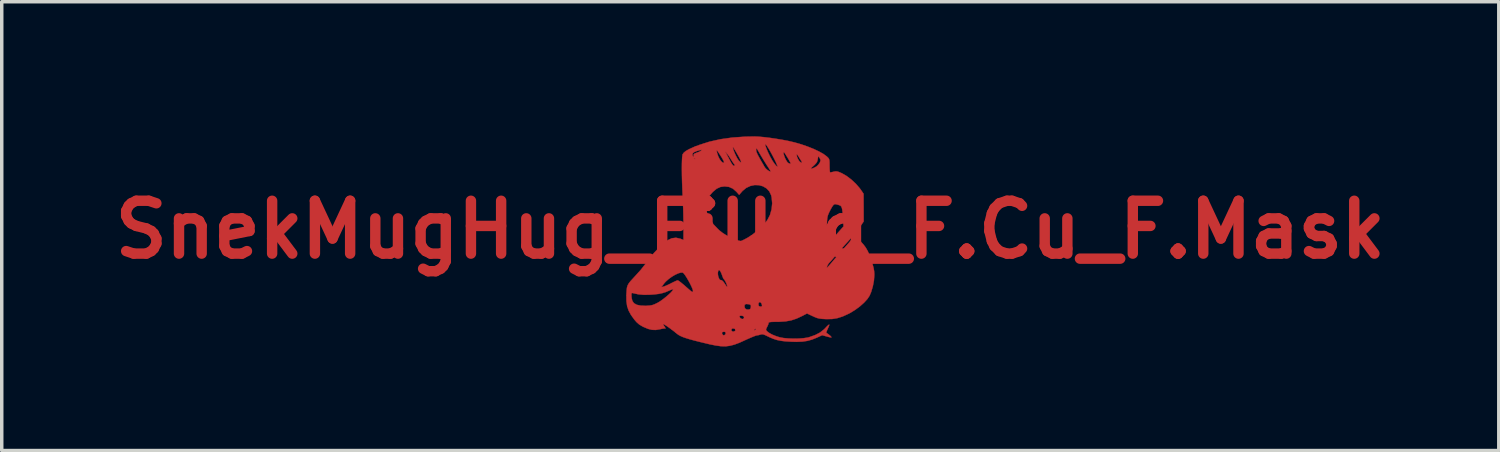
<source format=kicad_pcb>
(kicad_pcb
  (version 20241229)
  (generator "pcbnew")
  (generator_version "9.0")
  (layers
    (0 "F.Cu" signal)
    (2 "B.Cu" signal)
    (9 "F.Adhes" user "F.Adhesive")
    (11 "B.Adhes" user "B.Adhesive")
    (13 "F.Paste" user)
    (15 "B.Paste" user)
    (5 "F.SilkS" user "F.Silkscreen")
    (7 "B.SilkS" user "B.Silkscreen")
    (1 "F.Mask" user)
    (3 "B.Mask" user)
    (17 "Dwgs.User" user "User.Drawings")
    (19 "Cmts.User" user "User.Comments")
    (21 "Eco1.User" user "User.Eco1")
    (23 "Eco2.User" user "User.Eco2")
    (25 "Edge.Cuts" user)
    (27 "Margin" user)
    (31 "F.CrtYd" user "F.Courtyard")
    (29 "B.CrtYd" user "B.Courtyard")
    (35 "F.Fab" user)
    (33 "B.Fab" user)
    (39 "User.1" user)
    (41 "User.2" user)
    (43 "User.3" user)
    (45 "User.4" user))
  (footprint "SnekMugHug_Filled_F.Cu_F.Mask"
    (layer "F.Cu")
    (at 18.586 3.574)
    (property "Reference" "SnekMugHug_Filled_F.Cu_F.Mask" (at 0 0 0) (layer "F.Cu") (effects (font (size 1.524 1.524) (thickness 0.3))))
    (attr through_hole)
    (fp_poly (pts (xy 0.245 -2.683) (xy 0.395 -2.669) (xy 0.57 -2.648) (xy 0.759 -2.62) (xy 0.954 -2.587) (xy 1.094 -2.56) (xy 1.281 -2.516) (xy 1.471 -2.461) (xy 1.656 -2.397) (xy 1.829 -2.328) (xy 1.983 -2.255) (xy 2.111 -2.183) (xy 2.205 -2.113) (xy 2.214 -2.105) (xy 2.248 -2.072) (xy 2.269 -2.042) (xy 2.28 -2.005) (xy 2.285 -1.95) (xy 2.286 -1.866) (xy 2.286 -1.844) (xy 2.288 -1.76) (xy 2.292 -1.694) (xy 2.298 -1.657) (xy 2.302 -1.652) (xy 2.331 -1.656) (xy 2.384 -1.667) (xy 2.408 -1.673) (xy 2.458 -1.682) (xy 2.502 -1.68) (xy 2.554 -1.665) (xy 2.625 -1.635) (xy 2.652 -1.622) (xy 2.781 -1.547) (xy 2.916 -1.444) (xy 3.045 -1.324) (xy 3.155 -1.197) (xy 3.186 -1.155) (xy 3.267 -1.036) (xy 3.269 -0.637) (xy 3.27 -0.238) (xy 3.148 -0.061) (xy 3.086 0.023) (xy 3.005 0.124) (xy 2.914 0.232) (xy 2.822 0.334) (xy 2.809 0.349) (xy 2.718 0.448) (xy 2.625 0.552) (xy 2.54 0.65) (xy 2.472 0.73) (xy 2.462 0.742) (xy 2.402 0.814) (xy 2.349 0.876) (xy 2.31 0.919) (xy 2.298 0.931) (xy 2.266 0.966) (xy 2.235 1.014) (xy 2.213 1.06) (xy 2.207 1.091) (xy 2.208 1.094) (xy 2.225 1.083) (xy 2.262 1.045) (xy 2.313 0.987) (xy 2.353 0.94) (xy 2.42 0.86) (xy 2.505 0.762) (xy 2.597 0.656) (xy 2.686 0.555) (xy 2.692 0.548) (xy 2.769 0.462) (xy 2.838 0.383) (xy 2.892 0.317) (xy 2.927 0.274) (xy 2.933 0.266) (xy 2.972 0.224) (xy 3.017 0.214) (xy 3.072 0.238) (xy 3.143 0.297) (xy 3.179 0.333) (xy 3.264 0.428) (xy 3.33 0.516) (xy 3.385 0.611) (xy 3.435 0.723) (xy 3.485 0.863) (xy 3.494 0.892) (xy 3.532 1.014) (xy 3.557 1.109) (xy 3.571 1.19) (xy 3.577 1.27) (xy 3.577 1.309) (xy 3.566 1.466) (xy 3.534 1.633) (xy 3.487 1.793) (xy 3.44 1.904) (xy 3.376 2) (xy 3.281 2.104) (xy 3.162 2.21) (xy 3.027 2.31) (xy 2.885 2.398) (xy 2.835 2.424) (xy 2.666 2.501) (xy 2.512 2.55) (xy 2.36 2.575) (xy 2.195 2.578) (xy 2.174 2.577) (xy 2.068 2.571) (xy 1.99 2.561) (xy 1.924 2.545) (xy 1.854 2.517) (xy 1.797 2.491) (xy 1.636 2.415) (xy 1.501 2.486) (xy 1.336 2.563) (xy 1.178 2.615) (xy 1.013 2.644) (xy 0.825 2.656) (xy 0.788 2.656) (xy 0.678 2.657) (xy 0.603 2.66) (xy 0.558 2.666) (xy 0.535 2.675) (xy 0.529 2.688) (xy 0.52 2.726) (xy 0.496 2.782) (xy 0.486 2.802) (xy 0.46 2.854) (xy 0.454 2.885) (xy 0.467 2.91) (xy 0.48 2.926) (xy 0.541 2.974) (xy 0.631 3.024) (xy 0.741 3.069) (xy 0.852 3.104) (xy 0.962 3.124) (xy 1.098 3.136) (xy 1.248 3.141) (xy 1.399 3.139) (xy 1.538 3.128) (xy 1.654 3.111) (xy 1.693 3.101) (xy 1.869 3.039) (xy 2.01 2.966) (xy 2.125 2.876) (xy 2.165 2.836) (xy 2.215 2.782) (xy 2.255 2.747) (xy 2.276 2.735) (xy 2.277 2.736) (xy 2.275 2.759) (xy 2.256 2.808) (xy 2.232 2.86) (xy 2.2 2.933) (xy 2.193 2.973) (xy 2.2 2.98) (xy 2.232 2.999) (xy 2.274 3.031) (xy 2.314 3.066) (xy 2.339 3.095) (xy 2.342 3.105) (xy 2.318 3.105) (xy 2.266 3.095) (xy 2.203 3.078) (xy 2.073 3.042) (xy 1.928 3.109) (xy 1.788 3.166) (xy 1.65 3.205) (xy 1.504 3.227) (xy 1.337 3.234) (xy 1.185 3.23) (xy 1.02 3.22) (xy 0.885 3.204) (xy 0.769 3.18) (xy 0.66 3.145) (xy 0.547 3.096) (xy 0.512 3.079) (xy 0.432 3.041) (xy 0.378 3.02) (xy 0.338 3.015) (xy 0.301 3.022) (xy 0.292 3.025) (xy 0.233 3.041) (xy 0.185 3.048) (xy 0.152 3.057) (xy 0.089 3.081) (xy 0.003 3.117) (xy -0.097 3.161) (xy -0.145 3.183) (xy -0.313 3.259) (xy -0.457 3.313) (xy -0.587 3.347) (xy -0.712 3.363) (xy -0.843 3.36) (xy -0.991 3.34) (xy -1.165 3.305) (xy -1.228 3.29) (xy -1.436 3.24) (xy -1.607 3.197) (xy -1.746 3.159) (xy -1.858 3.125) (xy -1.946 3.094) (xy -2.016 3.063) (xy -2.071 3.032) (xy -2.118 2.998) (xy -2.127 2.99) (xy -2.159 2.964) (xy -0.815 2.964) (xy -0.814 2.996) (xy -0.793 3.03) (xy -0.763 3.048) (xy -0.762 3.048) (xy -0.737 3.034) (xy -0.72 3.017) (xy -0.706 2.977) (xy -0.727 2.949) (xy -0.762 2.942) (xy -0.802 2.953) (xy -0.815 2.964) (xy -2.159 2.964) (xy -2.202 2.929) (xy -2.273 2.875) (xy -0.546 2.875) (xy -0.543 2.91) (xy -0.515 2.935) (xy -0.473 2.937) (xy -0.438 2.917) (xy -0.428 2.897) (xy -0.435 2.879) (xy 0.116 2.879) (xy 0.117 2.898) (xy 0.125 2.9) (xy 0.154 2.884) (xy 0.159 2.879) (xy 0.158 2.859) (xy 0.151 2.857) (xy 0.121 2.873) (xy 0.116 2.879) (xy -0.435 2.879) (xy -0.44 2.865) (xy -0.47 2.85) (xy -0.521 2.849) (xy -0.546 2.875) (xy -2.273 2.875) (xy -2.281 2.869) (xy -2.357 2.814) (xy -2.424 2.768) (xy -2.477 2.736) (xy -2.51 2.72) (xy -2.518 2.725) (xy -2.514 2.732) (xy -2.47 2.797) (xy -2.446 2.838) (xy -2.446 2.852) (xy -2.451 2.85) (xy -2.481 2.848) (xy -2.539 2.856) (xy -2.612 2.872) (xy -2.613 2.872) (xy -2.727 2.891) (xy -2.835 2.887) (xy -2.949 2.859) (xy -3.079 2.804) (xy -3.107 2.79) (xy -3.203 2.733) (xy -3.282 2.663) (xy -3.343 2.592) (xy -3.407 2.503) (xy -0.315 2.503) (xy -0.291 2.542) (xy -0.283 2.55) (xy -0.239 2.576) (xy -0.201 2.571) (xy -0.181 2.538) (xy -0.18 2.529) (xy -0.191 2.498) (xy -0.231 2.483) (xy -0.249 2.48) (xy -0.301 2.483) (xy -0.315 2.503) (xy -3.407 2.503) (xy -3.441 2.456) (xy -3.51 2.329) (xy -3.549 2.209) (xy -0.169 2.209) (xy -0.153 2.269) (xy -0.107 2.3) (xy -0.053 2.303) (xy -0.008 2.292) (xy 0.012 2.262) (xy 0.017 2.229) (xy 0.017 2.183) (xy -0.001 2.16) (xy -0.005 2.159) (xy 0.234 2.159) (xy 0.246 2.198) (xy 0.259 2.208) (xy 0.312 2.22) (xy 0.337 2.202) (xy 0.339 2.189) (xy 0.328 2.137) (xy 0.301 2.098) (xy 0.269 2.087) (xy 0.264 2.088) (xy 0.24 2.116) (xy 0.234 2.159) (xy -0.005 2.159) (xy -0.05 2.148) (xy -0.119 2.142) (xy -0.157 2.159) (xy -0.169 2.203) (xy -0.169 2.209) (xy -3.549 2.209) (xy -3.552 2.2) (xy -3.572 2.056) (xy -3.573 1.888) (xy -3.428 1.888) (xy -3.428 1.897) (xy -3.42 1.974) (xy -3.402 2.049) (xy -3.401 2.052) (xy -3.356 2.118) (xy -3.275 2.165) (xy -3.158 2.191) (xy -3.006 2.196) (xy -2.995 2.195) (xy -2.902 2.189) (xy -2.831 2.176) (xy -2.761 2.151) (xy -2.676 2.11) (xy -2.667 2.105) (xy -2.597 2.063) (xy -2.518 2.006) (xy -2.435 1.941) (xy -2.357 1.874) (xy -2.291 1.812) (xy -2.244 1.76) (xy -2.223 1.724) (xy -2.223 1.721) (xy -2.24 1.719) (xy -2.285 1.733) (xy -2.344 1.758) (xy -2.44 1.799) (xy -2.533 1.828) (xy -2.636 1.85) (xy -2.76 1.865) (xy -2.879 1.874) (xy -3.063 1.878) (xy -3.224 1.864) (xy -3.379 1.83) (xy -3.381 1.829) (xy -3.412 1.824) (xy -3.425 1.841) (xy -3.428 1.888) (xy -3.573 1.888) (xy -3.573 1.887) (xy -3.572 1.849) (xy -3.565 1.747) (xy -3.556 1.67) (xy -3.552 1.657) (xy -2.565 1.657) (xy -2.505 1.642) (xy -2.458 1.626) (xy -2.388 1.596) (xy -2.306 1.557) (xy -2.282 1.544) (xy -2.205 1.506) (xy -2.142 1.477) (xy -2.102 1.462) (xy -2.095 1.46) (xy -2.063 1.475) (xy -2.003 1.52) (xy -1.913 1.594) (xy -1.794 1.699) (xy -1.771 1.719) (xy -1.71 1.771) (xy -1.673 1.794) (xy -1.655 1.791) (xy -1.651 1.766) (xy -1.662 1.72) (xy -1.69 1.65) (xy -1.731 1.565) (xy -1.78 1.474) (xy -1.831 1.387) (xy -1.879 1.312) (xy -1.92 1.259) (xy -1.939 1.244) (xy -0.935 1.244) (xy -0.932 1.307) (xy -0.917 1.37) (xy -0.894 1.422) (xy -0.868 1.45) (xy -0.854 1.451) (xy -0.818 1.46) (xy -0.772 1.504) (xy -0.719 1.582) (xy -0.717 1.585) (xy -0.684 1.633) (xy -0.666 1.644) (xy -0.665 1.621) (xy -0.682 1.567) (xy -0.694 1.539) (xy -0.723 1.481) (xy -0.749 1.44) (xy -0.758 1.431) (xy -0.778 1.404) (xy -0.8 1.352) (xy -0.804 1.338) (xy -0.838 1.246) (xy -0.87 1.187) (xy -0.898 1.163) (xy -0.92 1.176) (xy -0.934 1.229) (xy -0.935 1.244) (xy -1.939 1.244) (xy -1.945 1.238) (xy -2 1.236) (xy -2.077 1.258) (xy -2.168 1.3) (xy -2.264 1.357) (xy -2.356 1.424) (xy -2.438 1.497) (xy -2.487 1.553) (xy -2.565 1.657) (xy -3.552 1.657) (xy -3.537 1.607) (xy -3.505 1.549) (xy -3.456 1.486) (xy -3.383 1.406) (xy -3.345 1.365) (xy -3.161 1.162) (xy -3.009 0.969) (xy -2.933 0.861) (xy -2.869 0.777) (xy -2.782 0.676) (xy -2.681 0.57) (xy -2.577 0.468) (xy -2.477 0.378) (xy -2.393 0.311) (xy -2.382 0.304) (xy -2.264 0.247) (xy -2.143 0.232) (xy -2.018 0.259) (xy -2.003 0.265) (xy -1.926 0.297) (xy -1.926 -0.111) (xy -1.928 -0.276) (xy -1.931 -0.464) (xy -1.936 -0.654) (xy -1.937 -0.656) (xy -1.259 -0.656) (xy -1.257 -0.563) (xy -1.249 -0.495) (xy -1.232 -0.437) (xy -1.202 -0.373) (xy -1.186 -0.342) (xy -1.061 -0.154) (xy -0.901 0.012) (xy -0.796 0.094) (xy -0.716 0.145) (xy -0.621 0.197) (xy -0.521 0.245) (xy -0.426 0.285) (xy -0.344 0.313) (xy -0.284 0.326) (xy -0.265 0.325) (xy -0.227 0.309) (xy -0.164 0.279) (xy -0.089 0.238) (xy -0.067 0.226) (xy 0.011 0.175) (xy 2.203 0.175) (xy 2.204 0.29) (xy 2.207 0.371) (xy 2.213 0.414) (xy 2.218 0.42) (xy 2.238 0.403) (xy 2.281 0.359) (xy 2.341 0.294) (xy 2.414 0.214) (xy 2.464 0.159) (xy 2.689 -0.095) (xy 2.676 -0.318) (xy 2.669 -0.419) (xy 2.66 -0.514) (xy 2.65 -0.587) (xy 2.644 -0.616) (xy 2.627 -0.665) (xy 2.599 -0.694) (xy 2.545 -0.715) (xy 2.526 -0.721) (xy 2.466 -0.736) (xy 2.43 -0.736) (xy 2.404 -0.718) (xy 2.385 -0.697) (xy 2.355 -0.651) (xy 2.316 -0.583) (xy 2.278 -0.508) (xy 2.256 -0.459) (xy 2.239 -0.416) (xy 2.227 -0.372) (xy 2.219 -0.319) (xy 2.213 -0.25) (xy 2.21 -0.157) (xy 2.207 -0.032) (xy 2.205 0.029) (xy 2.203 0.175) (xy 0.011 0.175) (xy 0.049 0.151) (xy 0.174 0.053) (xy 0.296 -0.057) (xy 0.405 -0.169) (xy 0.488 -0.272) (xy 0.493 -0.279) (xy 0.568 -0.423) (xy 0.615 -0.588) (xy 0.632 -0.761) (xy 0.617 -0.929) (xy 0.602 -0.994) (xy 0.549 -1.106) (xy 0.468 -1.192) (xy 0.367 -1.252) (xy 0.251 -1.284) (xy 0.128 -1.288) (xy 0.004 -1.262) (xy -0.115 -1.207) (xy -0.221 -1.12) (xy -0.241 -1.098) (xy -0.321 -1.005) (xy -0.399 -1.094) (xy -0.499 -1.183) (xy -0.613 -1.234) (xy -0.741 -1.249) (xy -0.86 -1.233) (xy -0.969 -1.183) (xy -1.074 -1.095) (xy -1.095 -1.073) (xy -1.171 -0.985) (xy -1.219 -0.908) (xy -1.246 -0.829) (xy -1.257 -0.733) (xy -1.259 -0.656) (xy -1.937 -0.656) (xy -1.943 -0.83) (xy -1.947 -0.91) (xy -1.958 -1.143) (xy -1.966 -1.363) (xy -1.971 -1.565) (xy -1.973 -1.745) (xy -1.972 -1.9) (xy -1.968 -2.025) (xy -1.965 -2.068) (xy -1.626 -2.068) (xy -1.621 -2.056) (xy -1.6 -2.034) (xy -1.588 -2.038) (xy -1.587 -2.041) (xy -1.603 -2.059) (xy -1.612 -2.066) (xy -1.626 -2.068) (xy -1.965 -2.068) (xy -1.961 -2.116) (xy -1.952 -2.169) (xy -1.951 -2.17) (xy -1.669 -2.17) (xy -1.659 -2.129) (xy -1.643 -2.098) (xy -1.634 -2.108) (xy -1.635 -2.143) (xy -1.632 -2.174) (xy -1.606 -2.197) (xy -1.548 -2.22) (xy -1.541 -2.222) (xy -1.483 -2.244) (xy -1.436 -2.268) (xy -1.43 -2.272) (xy -0.97 -2.272) (xy -0.959 -2.225) (xy -0.951 -2.195) (xy -0.921 -2.11) (xy -0.883 -2.035) (xy -0.841 -1.976) (xy -0.801 -1.939) (xy -0.768 -1.931) (xy -0.754 -1.943) (xy -0.761 -1.966) (xy -0.786 -2.017) (xy -0.826 -2.086) (xy -0.859 -2.138) (xy -0.914 -2.223) (xy -0.936 -2.254) (xy -0.725 -2.254) (xy -0.672 -2.159) (xy -0.631 -2.082) (xy -0.585 -1.994) (xy -0.563 -1.953) (xy -0.528 -1.893) (xy -0.495 -1.853) (xy -0.476 -1.841) (xy -0.448 -1.852) (xy -0.445 -1.861) (xy -0.46 -1.89) (xy -0.464 -1.893) (xy -0.484 -1.917) (xy -0.517 -1.966) (xy -0.548 -2.016) (xy -0.594 -2.089) (xy -0.642 -2.158) (xy -0.669 -2.191) (xy -0.725 -2.254) (xy -0.936 -2.254) (xy -0.949 -2.272) (xy -0.967 -2.288) (xy -0.97 -2.272) (xy -1.43 -2.272) (xy -1.406 -2.288) (xy -1.399 -2.301) (xy -1.42 -2.302) (xy -1.439 -2.298) (xy -1.547 -2.266) (xy -1.618 -2.237) (xy -1.657 -2.206) (xy -1.669 -2.17) (xy -1.951 -2.17) (xy -1.95 -2.173) (xy -1.918 -2.221) (xy -1.857 -2.27) (xy -1.765 -2.322) (xy -1.685 -2.358) (xy -0.501 -2.358) (xy -0.486 -2.304) (xy -0.46 -2.234) (xy -0.426 -2.157) (xy -0.39 -2.085) (xy -0.356 -2.027) (xy -0.34 -2.006) (xy -0.293 -1.955) (xy -0.267 -1.939) (xy -0.264 -1.957) (xy -0.282 -2.006) (xy -0.321 -2.086) (xy -0.373 -2.179) (xy -0.421 -2.262) (xy -0.447 -2.305) (xy 0.169 -2.305) (xy 0.171 -2.279) (xy 0.177 -2.25) (xy 0.19 -2.215) (xy 0.212 -2.166) (xy 0.247 -2.101) (xy 0.296 -2.012) (xy 0.363 -1.896) (xy 0.415 -1.805) (xy 0.448 -1.764) (xy 0.494 -1.723) (xy 0.54 -1.692) (xy 0.576 -1.678) (xy 0.587 -1.681) (xy 0.579 -1.7) (xy 0.552 -1.745) (xy 0.536 -1.771) (xy 1.75 -1.771) (xy 1.752 -1.762) (xy 1.777 -1.765) (xy 1.789 -1.767) (xy 1.849 -1.79) (xy 1.912 -1.827) (xy 1.918 -1.831) (xy 1.969 -1.882) (xy 2.008 -1.94) (xy 2.01 -1.946) (xy 2.026 -1.998) (xy 2.016 -2.039) (xy 1.998 -2.069) (xy 1.959 -2.127) (xy 1.946 -2.033) (xy 1.932 -1.974) (xy 1.905 -1.925) (xy 1.856 -1.871) (xy 1.829 -1.846) (xy 1.775 -1.797) (xy 1.75 -1.771) (xy 0.536 -1.771) (xy 0.511 -1.81) (xy 0.489 -1.843) (xy 0.43 -1.936) (xy 0.362 -2.046) (xy 0.297 -2.155) (xy 0.277 -2.19) (xy 0.229 -2.273) (xy 0.198 -2.324) (xy 0.18 -2.345) (xy 0.172 -2.341) (xy 0.169 -2.315) (xy 0.169 -2.305) (xy -0.447 -2.305) (xy -0.461 -2.328) (xy -0.489 -2.372) (xy -0.501 -2.385) (xy -0.501 -2.358) (xy -1.685 -2.358) (xy -1.638 -2.38) (xy -1.475 -2.443) (xy -1.39 -2.47) (xy 0.431 -2.47) (xy 0.432 -2.444) (xy 0.448 -2.389) (xy 0.477 -2.314) (xy 0.514 -2.227) (xy 0.558 -2.136) (xy 0.579 -2.095) (xy 0.634 -1.998) (xy 0.689 -1.916) (xy 0.737 -1.855) (xy 0.775 -1.823) (xy 0.786 -1.82) (xy 0.783 -1.838) (xy 0.764 -1.886) (xy 0.733 -1.957) (xy 0.694 -2.037) (xy 0.641 -2.14) (xy 0.6 -2.216) (xy 0.956 -2.216) (xy 0.964 -2.175) (xy 0.981 -2.121) (xy 1.005 -2.06) (xy 1.035 -2.002) (xy 1.066 -1.953) (xy 1.075 -1.942) (xy 1.108 -1.917) (xy 1.142 -1.904) (xy 1.163 -1.909) (xy 1.164 -1.914) (xy 1.154 -1.939) (xy 1.127 -1.989) (xy 1.091 -2.052) (xy 1.051 -2.118) (xy 1.036 -2.144) (xy 1.337 -2.144) (xy 1.352 -2.094) (xy 1.377 -2.037) (xy 1.407 -1.987) (xy 1.424 -1.967) (xy 1.468 -1.933) (xy 1.49 -1.93) (xy 1.486 -1.955) (xy 1.471 -1.983) (xy 1.434 -2.041) (xy 1.394 -2.106) (xy 1.392 -2.11) (xy 1.363 -2.153) (xy 1.343 -2.172) (xy 1.339 -2.172) (xy 1.337 -2.144) (xy 1.036 -2.144) (xy 1.015 -2.176) (xy 0.988 -2.215) (xy 0.982 -2.222) (xy 0.962 -2.234) (xy 0.956 -2.216) (xy 0.6 -2.216) (xy 0.587 -2.24) (xy 0.536 -2.329) (xy 0.49 -2.401) (xy 0.455 -2.451) (xy 0.434 -2.471) (xy 0.431 -2.47) (xy -1.39 -2.47) (xy -1.178 -2.538) (xy -0.861 -2.609) (xy -0.519 -2.657) (xy -0.147 -2.683) (xy 0.127 -2.688) (xy 0.245 -2.683)) (stroke (width 0.01) (type solid)) (fill yes) (layer "F.Cu"))
    (fp_poly (pts (xy 0.693 -3.142) (xy 0.712 -3.106) (xy 0.716 -3.085) (xy 0.707 -3.032) (xy 0.678 -3.006) (xy 0.648 -2.981) (xy 0.642 -2.942) (xy 0.647 -2.912) (xy 0.65 -2.853) (xy 0.633 -2.83) (xy 0.597 -2.845) (xy 0.564 -2.875) (xy 0.518 -2.939) (xy 0.512 -2.99) (xy 0.546 -3.029) (xy 0.573 -3.042) (xy 0.622 -3.072) (xy 0.65 -3.11) (xy 0.65 -3.111) (xy 0.669 -3.144) (xy 0.693 -3.142)) (stroke (width 0.01) (type solid)) (fill yes) (layer "F.Mask"))
    (fp_poly (pts (xy -0.061 -3.178) (xy -0.022 -3.149) (xy 0.019 -3.109) (xy 0.052 -3.067) (xy 0.064 -3.038) (xy 0.047 -3.007) (xy 0.014 -2.978) (xy -0.058 -2.923) (xy -0.095 -2.875) (xy -0.097 -2.844) (xy -0.091 -2.818) (xy -0.107 -2.825) (xy -0.123 -2.841) (xy -0.146 -2.881) (xy -0.137 -2.929) (xy -0.102 -2.986) (xy -0.073 -3.033) (xy -0.072 -3.063) (xy -0.081 -3.074) (xy -0.102 -3.115) (xy -0.103 -3.16) (xy -0.086 -3.184) (xy -0.061 -3.178)) (stroke (width 0.01) (type solid)) (fill yes) (layer "F.Mask"))
    (fp_poly (pts (xy -1.986 -0.191) (xy -1.983 -0.1) (xy -1.982 -0.017) (xy -1.98 0.042) (xy -1.98 0.048) (xy -1.979 0.116) (xy -2.117 0.117) (xy -2.199 0.123) (xy -2.274 0.14) (xy -2.348 0.175) (xy -2.429 0.23) (xy -2.523 0.309) (xy -2.626 0.406) (xy -2.721 0.504) (xy -2.827 0.62) (xy -2.937 0.747) (xy -3.044 0.877) (xy -3.141 1) (xy -3.22 1.109) (xy -3.267 1.179) (xy -3.305 1.238) (xy -3.337 1.278) (xy -3.353 1.291) (xy -3.36 1.271) (xy -3.363 1.216) (xy -3.362 1.134) (xy -3.359 1.064) (xy -3.336 0.839) (xy -3.293 0.646) (xy -3.226 0.475) (xy -3.134 0.319) (xy -3.012 0.17) (xy -3.011 0.168) (xy -2.854 0.017) (xy -2.687 -0.114) (xy -2.515 -0.221) (xy -2.345 -0.299) (xy -2.182 -0.347) (xy -2.055 -0.36) (xy -1.99 -0.36) (xy -1.986 -0.191)) (stroke (width 0.01) (type solid)) (fill yes) (layer "F.Mask"))
    (fp_poly (pts (xy 0.375 -3.552) (xy 0.345 -3.519) (xy 0.333 -3.51) (xy 0.288 -3.465) (xy 0.281 -3.42) (xy 0.313 -3.37) (xy 0.35 -3.337) (xy 0.398 -3.295) (xy 0.418 -3.256) (xy 0.42 -3.202) (xy 0.419 -3.189) (xy 0.409 -3.128) (xy 0.383 -3.087) (xy 0.333 -3.05) (xy 0.276 -2.997) (xy 0.252 -2.937) (xy 0.264 -2.881) (xy 0.279 -2.862) (xy 0.293 -2.84) (xy 0.281 -2.836) (xy 0.252 -2.852) (xy 0.223 -2.883) (xy 0.194 -2.947) (xy 0.202 -3.009) (xy 0.249 -3.075) (xy 0.265 -3.09) (xy 0.308 -3.14) (xy 0.335 -3.183) (xy 0.339 -3.198) (xy 0.323 -3.232) (xy 0.283 -3.275) (xy 0.263 -3.291) (xy 0.216 -3.333) (xy 0.196 -3.371) (xy 0.195 -3.423) (xy 0.195 -3.425) (xy 0.206 -3.479) (xy 0.236 -3.516) (xy 0.28 -3.543) (xy 0.338 -3.567) (xy 0.371 -3.569) (xy 0.375 -3.552)) (stroke (width 0.01) (type solid)) (fill yes) (layer "F.Mask"))
    (fp_poly (pts (xy 0.292 -1.272) (xy 0.416 -1.226) (xy 0.492 -1.178) (xy 0.544 -1.118) (xy 0.568 -1.074) (xy 0.612 -0.946) (xy 0.63 -0.796) (xy 0.622 -0.635) (xy 0.59 -0.475) (xy 0.551 -0.368) (xy 0.502 -0.285) (xy 0.424 -0.187) (xy 0.324 -0.082) (xy 0.211 0.023) (xy 0.091 0.121) (xy -0.027 0.206) (xy -0.131 0.267) (xy -0.202 0.298) (xy -0.264 0.312) (xy -0.33 0.309) (xy -0.411 0.287) (xy -0.517 0.246) (xy -0.529 0.241) (xy -0.624 0.197) (xy -0.718 0.148) (xy -0.793 0.103) (xy -0.808 0.092) (xy -0.929 -0.011) (xy -1.045 -0.135) (xy -1.143 -0.266) (xy -1.191 -0.347) (xy -1.225 -0.418) (xy -1.245 -0.479) (xy -1.255 -0.546) (xy -1.258 -0.636) (xy -1.258 -0.656) (xy -1.255 -0.77) (xy -1.239 -0.857) (xy -1.207 -0.932) (xy -1.151 -1.01) (xy -1.116 -1.051) (xy -1.023 -1.147) (xy -0.936 -1.208) (xy -0.847 -1.24) (xy -0.758 -1.249) (xy -0.624 -1.236) (xy -0.515 -1.194) (xy -0.421 -1.119) (xy -0.399 -1.095) (xy -0.321 -1.006) (xy -0.236 -1.103) (xy -0.122 -1.203) (xy 0.008 -1.265) (xy 0.148 -1.288) (xy 0.292 -1.272)) (stroke (width 0.01) (type solid)) (fill yes) (layer "F.Mask"))
    (fp_poly (pts (xy 0.222 -2.681) (xy 0.363 -2.673) (xy 0.509 -2.658) (xy 0.668 -2.636) (xy 0.851 -2.605) (xy 1.035 -2.57) (xy 1.239 -2.525) (xy 1.442 -2.469) (xy 1.637 -2.404) (xy 1.818 -2.333) (xy 1.978 -2.259) (xy 2.11 -2.184) (xy 2.208 -2.111) (xy 2.214 -2.106) (xy 2.248 -2.072) (xy 2.269 -2.043) (xy 2.28 -2.006) (xy 2.285 -1.951) (xy 2.286 -1.867) (xy 2.286 -1.844) (xy 2.288 -1.76) (xy 2.292 -1.694) (xy 2.298 -1.657) (xy 2.302 -1.652) (xy 2.331 -1.656) (xy 2.384 -1.667) (xy 2.408 -1.673) (xy 2.458 -1.682) (xy 2.502 -1.68) (xy 2.553 -1.666) (xy 2.624 -1.635) (xy 2.652 -1.622) (xy 2.803 -1.533) (xy 2.953 -1.413) (xy 3.094 -1.269) (xy 3.16 -1.186) (xy 3.255 -1.061) (xy 3.27 -0.806) (xy 3.275 -0.685) (xy 3.276 -0.56) (xy 3.274 -0.446) (xy 3.27 -0.382) (xy 3.263 -0.305) (xy 3.252 -0.248) (xy 3.234 -0.198) (xy 3.203 -0.143) (xy 3.155 -0.072) (xy 3.122 -0.025) (xy 3.052 0.066) (xy 2.964 0.174) (xy 2.87 0.283) (xy 2.79 0.372) (xy 2.706 0.462) (xy 2.624 0.553) (xy 2.552 0.635) (xy 2.5 0.697) (xy 2.498 0.699) (xy 2.434 0.777) (xy 2.365 0.858) (xy 2.319 0.911) (xy 2.268 0.97) (xy 2.228 1.022) (xy 2.21 1.049) (xy 2.188 1.077) (xy 2.163 1.07) (xy 2.148 1.058) (xy 2.14 1.05) (xy 2.134 1.038) (xy 2.128 1.017) (xy 2.124 0.987) (xy 2.121 0.942) (xy 2.118 0.88) (xy 2.117 0.798) (xy 2.116 0.692) (xy 2.116 0.56) (xy 2.117 0.398) (xy 2.119 0.203) (xy 2.119 0.172) (xy 2.203 0.172) (xy 2.204 0.286) (xy 2.207 0.368) (xy 2.212 0.412) (xy 2.217 0.42) (xy 2.238 0.403) (xy 2.28 0.359) (xy 2.341 0.294) (xy 2.413 0.214) (xy 2.463 0.159) (xy 2.551 0.057) (xy 2.614 -0.019) (xy 2.655 -0.075) (xy 2.678 -0.117) (xy 2.687 -0.15) (xy 2.687 -0.159) (xy 2.684 -0.248) (xy 2.676 -0.348) (xy 2.666 -0.449) (xy 2.653 -0.542) (xy 2.64 -0.615) (xy 2.628 -0.66) (xy 2.624 -0.667) (xy 2.588 -0.693) (xy 2.531 -0.718) (xy 2.517 -0.723) (xy 2.466 -0.734) (xy 2.427 -0.731) (xy 2.392 -0.707) (xy 2.356 -0.656) (xy 2.313 -0.574) (xy 2.291 -0.532) (xy 2.213 -0.37) (xy 2.205 0.029) (xy 2.203 0.172) (xy 2.119 0.172) (xy 2.121 -0.027) (xy 2.124 -0.291) (xy 2.127 -0.594) (xy 2.127 -0.72) (xy 2.225 -0.72) (xy 2.303 -0.796) (xy 2.356 -0.842) (xy 2.397 -0.862) (xy 2.445 -0.863) (xy 2.455 -0.861) (xy 2.541 -0.841) (xy 2.625 -0.809) (xy 2.696 -0.769) (xy 2.741 -0.729) (xy 2.749 -0.715) (xy 2.757 -0.677) (xy 2.765 -0.606) (xy 2.773 -0.511) (xy 2.78 -0.4) (xy 2.783 -0.36) (xy 2.798 -0.053) (xy 2.675 0.085) (xy 2.598 0.17) (xy 2.51 0.267) (xy 2.429 0.355) (xy 2.422 0.362) (xy 2.358 0.434) (xy 2.317 0.488) (xy 2.295 0.535) (xy 2.283 0.586) (xy 2.28 0.606) (xy 2.276 0.67) (xy 2.278 0.717) (xy 2.281 0.729) (xy 2.299 0.724) (xy 2.336 0.692) (xy 2.384 0.641) (xy 2.39 0.634) (xy 2.443 0.574) (xy 2.515 0.493) (xy 2.599 0.403) (xy 2.683 0.313) (xy 2.688 0.307) (xy 2.779 0.209) (xy 2.872 0.1) (xy 2.959 -0.005) (xy 3.022 -0.088) (xy 3.154 -0.271) (xy 3.154 -1.008) (xy 3.085 -1.073) (xy 3.036 -1.116) (xy 2.968 -1.17) (xy 2.887 -1.23) (xy 2.802 -1.292) (xy 2.721 -1.349) (xy 2.65 -1.396) (xy 2.598 -1.428) (xy 2.572 -1.439) (xy 2.543 -1.429) (xy 2.489 -1.403) (xy 2.421 -1.366) (xy 2.349 -1.324) (xy 2.286 -1.285) (xy 2.272 -1.276) (xy 2.261 -1.247) (xy 2.251 -1.182) (xy 2.242 -1.084) (xy 2.237 -0.99) (xy 2.225 -0.72) (xy 2.127 -0.72) (xy 2.128 -0.856) (xy 2.129 -1.078) (xy 2.128 -1.259) (xy 2.126 -1.402) (xy 2.123 -1.507) (xy 2.119 -1.575) (xy 2.113 -1.606) (xy 2.106 -1.603) (xy 2.098 -1.565) (xy 2.088 -1.493) (xy 2.081 -1.434) (xy 2.063 -1.259) (xy 2.039 -1.435) (xy 2.027 -1.517) (xy 2.015 -1.582) (xy 2.005 -1.619) (xy 2.003 -1.624) (xy 1.979 -1.623) (xy 1.925 -1.611) (xy 1.851 -1.59) (xy 1.826 -1.582) (xy 1.573 -1.515) (xy 1.288 -1.469) (xy 0.97 -1.444) (xy 0.73 -1.439) (xy 0.596 -1.442) (xy 0.44 -1.447) (xy 0.27 -1.456) (xy 0.095 -1.468) (xy -0.078 -1.481) (xy -0.241 -1.496) (xy -0.387 -1.511) (xy -0.507 -1.527) (xy -0.593 -1.542) (xy -0.603 -1.544) (xy -0.71 -1.568) (xy -0.834 -1.594) (xy -0.949 -1.616) (xy -0.958 -1.618) (xy -1.098 -1.649) (xy -1.247 -1.691) (xy -1.391 -1.74) (xy -1.517 -1.791) (xy -1.605 -1.835) (xy -1.659 -1.863) (xy -1.698 -1.877) (xy -1.707 -1.877) (xy -1.715 -1.849) (xy -1.721 -1.784) (xy -1.727 -1.686) (xy -1.732 -1.561) (xy -1.736 -1.413) (xy -1.74 -1.247) (xy -1.743 -1.067) (xy -1.745 -0.88) (xy -1.746 -0.69) (xy -1.747 -0.501) (xy -1.746 -0.318) (xy -1.745 -0.147) (xy -1.742 0.007) (xy -1.739 0.141) (xy -1.734 0.248) (xy -1.729 0.325) (xy -1.723 0.363) (xy -1.69 0.408) (xy -1.624 0.431) (xy -1.528 0.43) (xy -1.445 0.415) (xy -1.327 0.39) (xy -1.2 0.365) (xy -1.076 0.344) (xy -0.964 0.328) (xy -0.877 0.319) (xy -0.841 0.318) (xy -0.772 0.329) (xy -0.695 0.367) (xy -0.657 0.393) (xy -0.6 0.44) (xy -0.529 0.509) (xy -0.45 0.592) (xy -0.371 0.68) (xy -0.298 0.767) (xy -0.239 0.843) (xy -0.2 0.902) (xy -0.19 0.922) (xy -0.18 0.968) (xy -0.173 1.043) (xy -0.169 1.131) (xy -0.169 1.15) (xy -0.166 1.252) (xy -0.156 1.327) (xy -0.135 1.39) (xy -0.122 1.419) (xy -0.055 1.507) (xy 0.04 1.571) (xy 0.152 1.605) (xy 0.202 1.609) (xy 0.258 1.613) (xy 0.301 1.631) (xy 0.339 1.669) (xy 0.38 1.734) (xy 0.413 1.799) (xy 0.483 1.956) (xy 0.539 2.119) (xy 0.576 2.272) (xy 0.586 2.347) (xy 0.599 2.482) (xy 0.792 2.47) (xy 0.897 2.457) (xy 1.029 2.434) (xy 1.172 2.403) (xy 1.315 2.367) (xy 1.441 2.33) (xy 1.477 2.317) (xy 1.484 2.299) (xy 1.465 2.254) (xy 1.422 2.186) (xy 1.346 2.061) (xy 1.272 1.917) (xy 1.207 1.771) (xy 1.159 1.64) (xy 1.156 1.629) (xy 1.126 1.489) (xy 1.102 1.31) (xy 1.087 1.093) (xy 1.079 0.841) (xy 1.079 0.762) (xy 1.077 0.595) (xy 1.073 0.465) (xy 1.066 0.365) (xy 1.054 0.289) (xy 1.037 0.232) (xy 1.013 0.186) (xy 0.982 0.147) (xy 0.972 0.136) (xy 0.914 0.086) (xy 0.845 0.051) (xy 0.755 0.026) (xy 0.65 0.01) (xy 0.588 -0.000215) (xy 0.56 -0.014) (xy 0.553 -0.038) (xy 0.554 -0.049) (xy 0.578 -0.091) (xy 0.634 -0.141) (xy 0.713 -0.194) (xy 0.807 -0.244) (xy 0.879 -0.274) (xy 1.039 -0.312) (xy 1.205 -0.311) (xy 1.37 -0.272) (xy 1.527 -0.198) (xy 1.597 -0.149) (xy 1.697 -0.06) (xy 1.781 0.043) (xy 1.85 0.165) (xy 1.908 0.312) (xy 1.958 0.489) (xy 2 0.699) (xy 2.019 0.795) (xy 2.04 0.885) (xy 2.059 0.953) (xy 2.067 0.973) (xy 2.101 1.04) (xy 2.14 1.093) (xy 2.174 1.12) (xy 2.182 1.122) (xy 2.202 1.107) (xy 2.242 1.065) (xy 2.297 1.004) (xy 2.353 0.938) (xy 2.431 0.847) (xy 2.525 0.739) (xy 2.622 0.628) (xy 2.703 0.538) (xy 2.777 0.453) (xy 2.844 0.376) (xy 2.897 0.312) (xy 2.929 0.271) (xy 2.932 0.266) (xy 2.97 0.225) (xy 3.011 0.213) (xy 3.062 0.231) (xy 3.127 0.283) (xy 3.2 0.357) (xy 3.285 0.456) (xy 3.353 0.554) (xy 3.409 0.662) (xy 3.461 0.79) (xy 3.512 0.95) (xy 3.512 0.951) (xy 3.558 1.139) (xy 3.576 1.31) (xy 3.567 1.476) (xy 3.534 1.639) (xy 3.487 1.791) (xy 3.432 1.913) (xy 3.363 2.015) (xy 3.273 2.111) (xy 3.266 2.117) (xy 3.082 2.271) (xy 2.899 2.391) (xy 2.707 2.483) (xy 2.543 2.54) (xy 2.46 2.563) (xy 2.384 2.576) (xy 2.301 2.58) (xy 2.193 2.578) (xy 2.174 2.577) (xy 2.068 2.571) (xy 1.99 2.561) (xy 1.924 2.545) (xy 1.854 2.517) (xy 1.797 2.491) (xy 1.635 2.414) (xy 1.521 2.476) (xy 1.444 2.513) (xy 1.346 2.555) (xy 1.247 2.592) (xy 1.238 2.595) (xy 1.156 2.622) (xy 1.082 2.639) (xy 1.003 2.65) (xy 0.905 2.656) (xy 0.805 2.658) (xy 0.688 2.661) (xy 0.607 2.667) (xy 0.559 2.675) (xy 0.536 2.686) (xy 0.533 2.691) (xy 0.519 2.727) (xy 0.493 2.782) (xy 0.484 2.802) (xy 0.459 2.854) (xy 0.454 2.886) (xy 0.468 2.911) (xy 0.481 2.926) (xy 0.54 2.974) (xy 0.63 3.023) (xy 0.738 3.069) (xy 0.85 3.103) (xy 0.945 3.121) (xy 1.068 3.133) (xy 1.206 3.139) (xy 1.348 3.14) (xy 1.481 3.135) (xy 1.592 3.125) (xy 1.651 3.114) (xy 1.835 3.053) (xy 1.995 2.973) (xy 2.124 2.877) (xy 2.165 2.836) (xy 2.215 2.783) (xy 2.255 2.747) (xy 2.276 2.735) (xy 2.277 2.736) (xy 2.275 2.759) (xy 2.257 2.808) (xy 2.236 2.853) (xy 2.182 2.958) (xy 2.261 3.022) (xy 2.304 3.061) (xy 2.326 3.09) (xy 2.327 3.098) (xy 2.302 3.099) (xy 2.249 3.09) (xy 2.194 3.076) (xy 2.074 3.042) (xy 1.928 3.109) (xy 1.788 3.166) (xy 1.65 3.205) (xy 1.504 3.227) (xy 1.338 3.234) (xy 1.185 3.23) (xy 1.02 3.22) (xy 0.885 3.204) (xy 0.769 3.18) (xy 0.661 3.145) (xy 0.548 3.096) (xy 0.511 3.078) (xy 0.43 3.04) (xy 0.375 3.02) (xy 0.338 3.015) (xy 0.306 3.024) (xy 0.304 3.025) (xy 0.24 3.043) (xy 0.195 3.048) (xy 0.157 3.057) (xy 0.088 3.081) (xy -0.001 3.118) (xy -0.104 3.163) (xy -0.148 3.184) (xy -0.289 3.249) (xy -0.412 3.299) (xy -0.524 3.335) (xy -0.631 3.356) (xy -0.74 3.364) (xy -0.859 3.358) (xy -0.994 3.339) (xy -1.153 3.306) (xy -1.342 3.261) (xy -1.431 3.239) (xy -1.606 3.194) (xy -1.747 3.156) (xy -1.857 3.123) (xy -1.945 3.093) (xy -2.014 3.063) (xy -2.072 3.031) (xy -2.124 2.994) (xy -2.161 2.964) (xy -0.815 2.964) (xy -0.814 2.996) (xy -0.793 3.03) (xy -0.763 3.048) (xy -0.762 3.048) (xy -0.737 3.034) (xy -0.72 3.017) (xy -0.706 2.977) (xy -0.727 2.949) (xy -0.762 2.942) (xy -0.802 2.953) (xy -0.815 2.964) (xy -2.161 2.964) (xy -2.177 2.951) (xy -2.18 2.948) (xy -2.248 2.893) (xy -2.272 2.875) (xy -0.546 2.875) (xy -0.543 2.91) (xy -0.515 2.935) (xy -0.473 2.937) (xy -0.438 2.917) (xy -0.428 2.897) (xy -0.435 2.879) (xy 0.116 2.879) (xy 0.117 2.898) (xy 0.125 2.9) (xy 0.154 2.884) (xy 0.159 2.879) (xy 0.158 2.859) (xy 0.151 2.857) (xy 0.121 2.873) (xy 0.116 2.879) (xy -0.435 2.879) (xy -0.44 2.865) (xy -0.47 2.85) (xy -0.521 2.849) (xy -0.546 2.875) (xy -2.272 2.875) (xy -2.333 2.829) (xy -2.413 2.772) (xy -2.48 2.729) (xy -2.516 2.708) (xy -2.526 2.71) (xy -2.514 2.732) (xy -2.469 2.797) (xy -2.446 2.838) (xy -2.446 2.852) (xy -2.451 2.85) (xy -2.481 2.848) (xy -2.539 2.856) (xy -2.612 2.872) (xy -2.613 2.872) (xy -2.727 2.891) (xy -2.835 2.887) (xy -2.949 2.859) (xy -3.079 2.804) (xy -3.107 2.79) (xy -3.226 2.711) (xy -3.339 2.599) (xy -3.408 2.503) (xy -0.315 2.503) (xy -0.291 2.542) (xy -0.283 2.55) (xy -0.239 2.576) (xy -0.201 2.571) (xy -0.181 2.538) (xy -0.18 2.529) (xy -0.191 2.498) (xy -0.231 2.483) (xy -0.249 2.48) (xy -0.301 2.483) (xy -0.315 2.503) (xy -3.408 2.503) (xy -3.437 2.463) (xy -3.511 2.318) (xy -3.543 2.209) (xy -0.169 2.209) (xy -0.153 2.269) (xy -0.107 2.3) (xy -0.053 2.303) (xy -0.008 2.292) (xy 0.012 2.262) (xy 0.017 2.229) (xy 0.017 2.183) (xy -0.001 2.16) (xy -0.005 2.159) (xy 0.234 2.159) (xy 0.246 2.198) (xy 0.259 2.208) (xy 0.312 2.22) (xy 0.337 2.202) (xy 0.339 2.189) (xy 0.328 2.137) (xy 0.301 2.098) (xy 0.269 2.087) (xy 0.264 2.088) (xy 0.24 2.116) (xy 0.234 2.159) (xy -0.005 2.159) (xy -0.05 2.148) (xy -0.119 2.142) (xy -0.157 2.159) (xy -0.169 2.203) (xy -0.169 2.209) (xy -3.543 2.209) (xy -3.548 2.195) (xy -3.57 2.046) (xy -3.577 1.888) (xy -3.428 1.888) (xy -3.428 1.897) (xy -3.42 1.974) (xy -3.402 2.049) (xy -3.401 2.052) (xy -3.357 2.117) (xy -3.276 2.164) (xy -3.161 2.19) (xy -3.013 2.196) (xy -3.004 2.196) (xy -2.916 2.191) (xy -2.846 2.178) (xy -2.775 2.153) (xy -2.687 2.112) (xy -2.676 2.106) (xy -2.602 2.063) (xy -2.52 2.006) (xy -2.435 1.941) (xy -2.356 1.874) (xy -2.289 1.811) (xy -2.242 1.759) (xy -2.223 1.723) (xy -2.223 1.721) (xy -2.24 1.719) (xy -2.285 1.733) (xy -2.344 1.758) (xy -2.508 1.818) (xy -2.697 1.858) (xy -2.898 1.877) (xy -3.1 1.875) (xy -3.29 1.851) (xy -3.381 1.829) (xy -3.412 1.824) (xy -3.425 1.84) (xy -3.428 1.888) (xy -3.577 1.888) (xy -3.577 1.886) (xy -3.568 1.728) (xy -3.567 1.724) (xy -3.556 1.657) (xy -3.556 1.657) (xy -2.565 1.657) (xy -2.505 1.642) (xy -2.458 1.626) (xy -2.388 1.596) (xy -2.306 1.557) (xy -2.282 1.544) (xy -2.205 1.506) (xy -2.142 1.477) (xy -2.102 1.462) (xy -2.095 1.46) (xy -2.07 1.471) (xy -2.025 1.503) (xy -1.955 1.559) (xy -1.859 1.641) (xy -1.771 1.718) (xy -1.709 1.767) (xy -1.67 1.783) (xy -1.653 1.766) (xy -1.652 1.75) (xy -1.663 1.71) (xy -1.691 1.645) (xy -1.732 1.564) (xy -1.781 1.476) (xy -1.831 1.391) (xy -1.879 1.317) (xy -1.897 1.293) (xy -0.935 1.293) (xy -0.923 1.359) (xy -0.911 1.392) (xy -0.885 1.436) (xy -0.861 1.453) (xy -0.857 1.453) (xy -0.817 1.459) (xy -0.772 1.5) (xy -0.733 1.561) (xy -0.704 1.605) (xy -0.676 1.63) (xy -0.658 1.629) (xy -0.656 1.618) (xy -0.667 1.588) (xy -0.692 1.537) (xy -0.726 1.479) (xy -0.759 1.429) (xy -0.764 1.421) (xy -0.796 1.364) (xy -0.817 1.3) (xy -0.831 1.252) (xy -0.847 1.228) (xy -0.849 1.228) (xy -0.866 1.21) (xy -0.868 1.196) (xy -0.884 1.168) (xy -0.898 1.164) (xy -0.921 1.183) (xy -0.934 1.23) (xy -0.935 1.293) (xy -1.897 1.293) (xy -1.918 1.263) (xy -1.944 1.238) (xy -1.945 1.238) (xy -2.001 1.236) (xy -2.078 1.258) (xy -2.17 1.301) (xy -2.266 1.358) (xy -2.359 1.426) (xy -2.44 1.499) (xy -2.487 1.553) (xy -2.565 1.657) (xy -3.556 1.657) (xy -3.535 1.603) (xy -3.499 1.547) (xy -3.443 1.481) (xy -3.379 1.407) (xy -3.299 1.318) (xy -3.219 1.226) (xy -3.188 1.192) (xy -3.114 1.103) (xy -3.038 1.007) (xy -2.973 0.92) (xy -2.952 0.889) (xy -2.884 0.798) (xy -2.794 0.693) (xy -2.692 0.582) (xy -2.585 0.476) (xy -2.484 0.384) (xy -2.397 0.315) (xy -2.384 0.306) (xy -2.266 0.248) (xy -2.145 0.232) (xy -2.02 0.258) (xy -2.003 0.265) (xy -1.926 0.297) (xy -1.926 -0.1) (xy -1.928 -0.254) (xy -1.931 -0.435) (xy -1.935 -0.626) (xy -1.941 -0.812) (xy -1.947 -0.953) (xy -1.959 -1.241) (xy -1.968 -1.488) (xy -1.972 -1.696) (xy -1.974 -1.866) (xy -1.971 -1.999) (xy -1.967 -2.068) (xy -1.626 -2.068) (xy -1.621 -2.056) (xy -1.6 -2.034) (xy -1.588 -2.038) (xy -1.587 -2.041) (xy -1.603 -2.059) (xy -1.612 -2.066) (xy -1.626 -2.068) (xy -1.967 -2.068) (xy -1.965 -2.096) (xy -1.955 -2.159) (xy -1.949 -2.176) (xy -1.939 -2.194) (xy -1.667 -2.194) (xy -1.664 -2.151) (xy -1.653 -2.111) (xy -1.639 -2.095) (xy -1.635 -2.112) (xy -1.64 -2.138) (xy -1.641 -2.172) (xy -1.609 -2.197) (xy -1.594 -2.203) (xy -1.494 -2.244) (xy -1.434 -2.272) (xy -0.97 -2.272) (xy -0.959 -2.224) (xy -0.95 -2.191) (xy -0.921 -2.107) (xy -0.883 -2.033) (xy -0.841 -1.974) (xy -0.801 -1.938) (xy -0.768 -1.931) (xy -0.754 -1.943) (xy -0.761 -1.966) (xy -0.786 -2.017) (xy -0.826 -2.086) (xy -0.859 -2.138) (xy -0.905 -2.21) (xy -0.695 -2.21) (xy -0.681 -2.176) (xy -0.647 -2.11) (xy -0.633 -2.085) (xy -0.589 -2.005) (xy -0.549 -1.936) (xy -0.519 -1.889) (xy -0.512 -1.879) (xy -0.476 -1.847) (xy -0.451 -1.845) (xy -0.445 -1.861) (xy -0.46 -1.89) (xy -0.464 -1.893) (xy -0.484 -1.917) (xy -0.517 -1.966) (xy -0.548 -2.016) (xy -0.594 -2.089) (xy -0.642 -2.158) (xy -0.668 -2.191) (xy -0.69 -2.214) (xy -0.695 -2.21) (xy -0.905 -2.21) (xy -0.914 -2.223) (xy -0.949 -2.272) (xy -0.967 -2.288) (xy -0.97 -2.272) (xy -1.434 -2.272) (xy -1.431 -2.273) (xy -1.403 -2.291) (xy -1.401 -2.297) (xy -1.426 -2.297) (xy -1.476 -2.287) (xy -1.538 -2.269) (xy -1.599 -2.25) (xy -1.645 -2.231) (xy -1.659 -2.222) (xy -1.667 -2.194) (xy -1.939 -2.194) (xy -1.927 -2.215) (xy -1.89 -2.249) (xy -1.831 -2.286) (xy -1.749 -2.328) (xy -1.706 -2.347) (xy -0.489 -2.347) (xy -0.48 -2.304) (xy -0.461 -2.238) (xy -0.459 -2.231) (xy -0.432 -2.163) (xy -0.395 -2.093) (xy -0.355 -2.027) (xy -0.315 -1.975) (xy -0.283 -1.942) (xy -0.262 -1.937) (xy -0.259 -1.943) (xy -0.266 -1.969) (xy -0.29 -2.024) (xy -0.327 -2.097) (xy -0.36 -2.157) (xy -0.406 -2.237) (xy -0.447 -2.304) (xy -0.475 -2.347) (xy -0.486 -2.36) (xy -0.489 -2.347) (xy -1.706 -2.347) (xy -1.651 -2.372) (xy -1.602 -2.392) (xy 0.16 -2.392) (xy 0.16 -2.373) (xy 0.165 -2.326) (xy 0.169 -2.298) (xy 0.187 -2.234) (xy 0.223 -2.148) (xy 0.271 -2.054) (xy 0.286 -2.028) (xy 0.335 -1.944) (xy 0.379 -1.868) (xy 0.412 -1.811) (xy 0.422 -1.794) (xy 0.452 -1.758) (xy 0.497 -1.721) (xy 0.543 -1.691) (xy 0.578 -1.678) (xy 0.587 -1.68) (xy 0.578 -1.699) (xy 0.551 -1.745) (xy 0.538 -1.766) (xy 1.757 -1.766) (xy 1.772 -1.76) (xy 1.821 -1.778) (xy 1.873 -1.805) (xy 1.937 -1.853) (xy 1.989 -1.913) (xy 1.999 -1.929) (xy 2.024 -1.98) (xy 2.029 -2.012) (xy 2.013 -2.046) (xy 2 -2.067) (xy 1.959 -2.127) (xy 1.946 -2.033) (xy 1.933 -1.974) (xy 1.906 -1.926) (xy 1.857 -1.874) (xy 1.829 -1.849) (xy 1.775 -1.796) (xy 1.757 -1.766) (xy 0.538 -1.766) (xy 0.51 -1.811) (xy 0.481 -1.855) (xy 0.417 -1.956) (xy 0.346 -2.072) (xy 0.281 -2.183) (xy 0.267 -2.208) (xy 0.223 -2.285) (xy 0.188 -2.347) (xy 0.165 -2.384) (xy 0.16 -2.392) (xy -1.602 -2.392) (xy -1.531 -2.421) (xy -1.41 -2.466) (xy -1.398 -2.47) (xy 0.431 -2.47) (xy 0.432 -2.444) (xy 0.448 -2.389) (xy 0.477 -2.312) (xy 0.516 -2.222) (xy 0.561 -2.128) (xy 0.562 -2.125) (xy 0.611 -2.035) (xy 0.663 -1.952) (xy 0.713 -1.883) (xy 0.755 -1.837) (xy 0.783 -1.82) (xy 0.781 -1.838) (xy 0.763 -1.886) (xy 0.732 -1.956) (xy 0.693 -2.037) (xy 0.64 -2.142) (xy 0.6 -2.216) (xy 0.956 -2.216) (xy 0.964 -2.175) (xy 0.981 -2.121) (xy 1.005 -2.06) (xy 1.035 -2.002) (xy 1.066 -1.953) (xy 1.075 -1.942) (xy 1.108 -1.917) (xy 1.142 -1.904) (xy 1.163 -1.909) (xy 1.164 -1.914) (xy 1.154 -1.939) (xy 1.127 -1.989) (xy 1.091 -2.052) (xy 1.051 -2.118) (xy 1.036 -2.144) (xy 1.337 -2.144) (xy 1.352 -2.094) (xy 1.377 -2.037) (xy 1.407 -1.987) (xy 1.424 -1.967) (xy 1.468 -1.933) (xy 1.49 -1.93) (xy 1.486 -1.955) (xy 1.471 -1.983) (xy 1.434 -2.041) (xy 1.394 -2.106) (xy 1.392 -2.11) (xy 1.363 -2.153) (xy 1.343 -2.172) (xy 1.339 -2.172) (xy 1.337 -2.144) (xy 1.036 -2.144) (xy 1.015 -2.176) (xy 0.988 -2.215) (xy 0.982 -2.222) (xy 0.962 -2.234) (xy 0.956 -2.216) (xy 0.6 -2.216) (xy 0.586 -2.242) (xy 0.534 -2.331) (xy 0.489 -2.403) (xy 0.454 -2.452) (xy 0.433 -2.471) (xy 0.431 -2.47) (xy -1.398 -2.47) (xy -1.355 -2.485) (xy -1.201 -2.534) (xy -1.062 -2.573) (xy -0.929 -2.603) (xy -0.792 -2.627) (xy -0.641 -2.645) (xy -0.467 -2.659) (xy -0.271 -2.671) (xy -0.085 -2.679) (xy 0.076 -2.683) (xy 0.222 -2.681)) (stroke (width 0.01) (type solid)) (fill yes) (layer "F.Mask")))
  (gr_rect
    (start -3 -3)
    (end 40.171 9.942)
    (stroke (width 0.1) (type default))
    (fill no)
    (layer "Edge.Cuts")))
</source>
